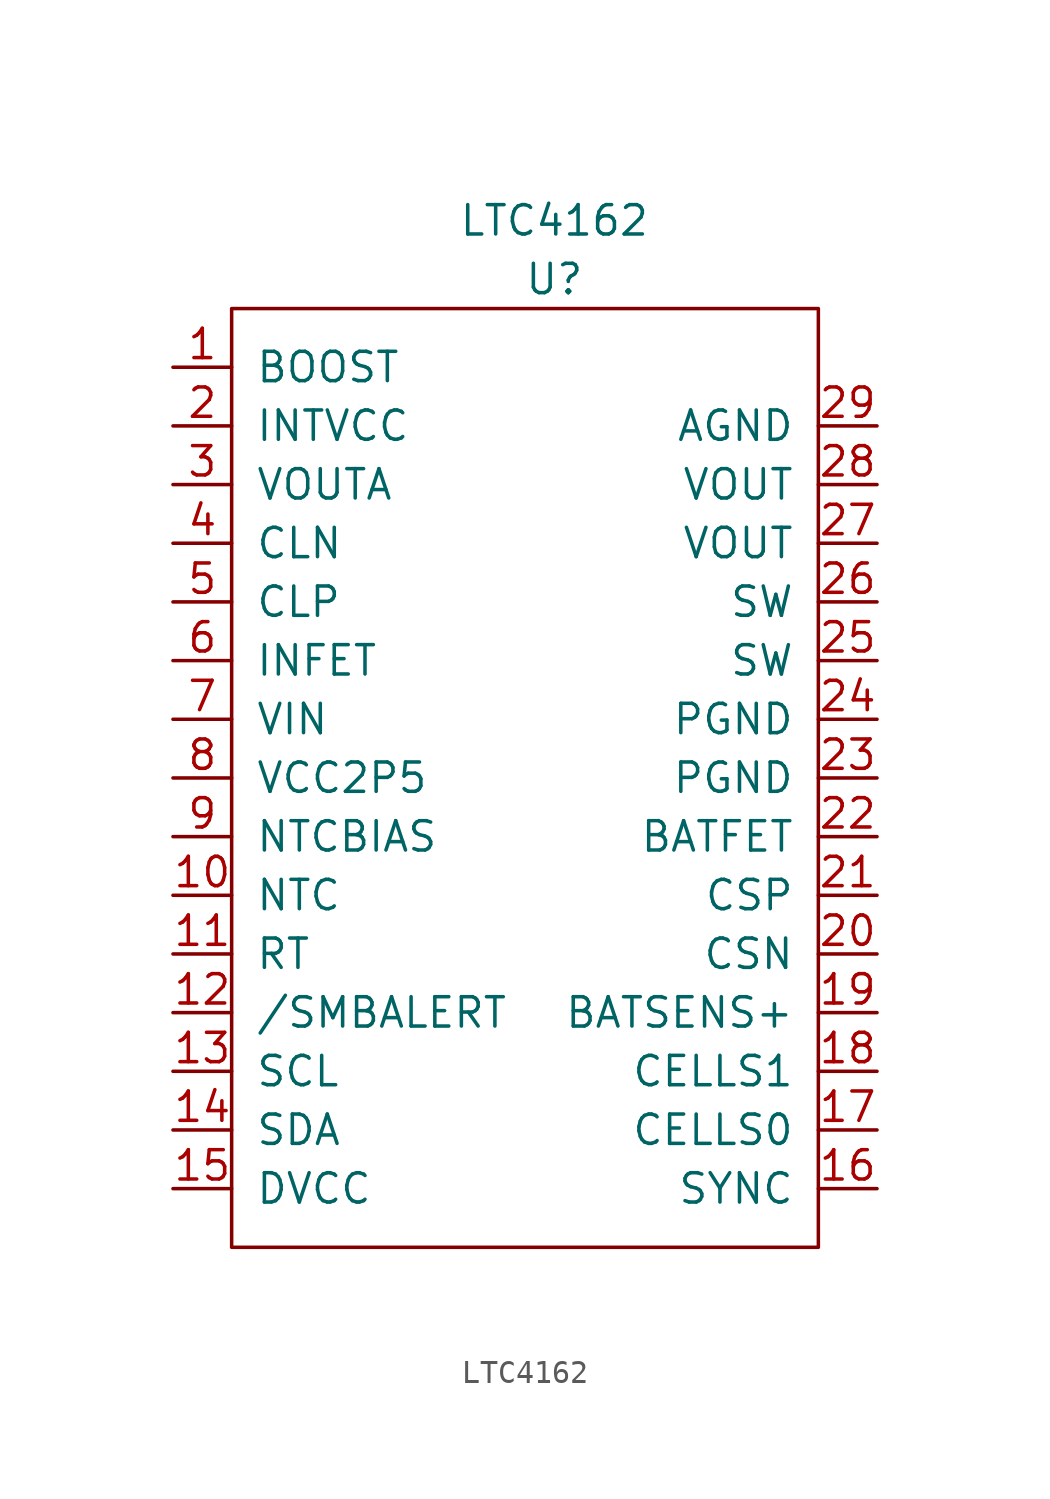
<source format=kicad_sym>
(kicad_symbol_lib
  (version 20211014)
  (generator kicad_symbol_editor)
  (symbol "LTC4162"
    (pin_names
      (offset 1.016))
    (property "Reference" "U"
      (at 0 21.59 0)
      (effects (font (size 1.27 1.27))))
    (property "Value" "LTC4162"
      (at 0 24.13 0)
      (effects (font (size 1.27 1.27))))
    (symbol "LTC4162_0_1"
      (rectangle (start -13.97 20.32) (end 11.43 -20.32) (stroke (width 0) (type default) (color 0 0 0 0)) (fill (type none))))
    (symbol "LTC4162_1_1"
      (pin input line (at -16.51 17.78 0) (length 2.54) (name "BOOST" (effects (font (size 1.27 1.27)))) (number "1" (effects (font (size 1.27 1.27)))))
      (pin input line (at -16.51 -5.08 0) (length 2.54) (name "NTC" (effects (font (size 1.27 1.27)))) (number "10" (effects (font (size 1.27 1.27)))))
      (pin input line (at -16.51 -7.62 0) (length 2.54) (name "RT" (effects (font (size 1.27 1.27)))) (number "11" (effects (font (size 1.27 1.27)))))
      (pin input line (at -16.51 -10.16 0) (length 2.54) (name "/SMBALERT" (effects (font (size 1.27 1.27)))) (number "12" (effects (font (size 1.27 1.27)))))
      (pin input line (at -16.51 -12.7 0) (length 2.54) (name "SCL" (effects (font (size 1.27 1.27)))) (number "13" (effects (font (size 1.27 1.27)))))
      (pin input line (at -16.51 -15.24 0) (length 2.54) (name "SDA" (effects (font (size 1.27 1.27)))) (number "14" (effects (font (size 1.27 1.27)))))
      (pin input line (at -16.51 -17.78 0) (length 2.54) (name "DVCC" (effects (font (size 1.27 1.27)))) (number "15" (effects (font (size 1.27 1.27)))))
      (pin input line (at 13.97 -17.78 180) (length 2.54) (name "SYNC" (effects (font (size 1.27 1.27)))) (number "16" (effects (font (size 1.27 1.27)))))
      (pin input line (at 13.97 -15.24 180) (length 2.54) (name "CELLS0" (effects (font (size 1.27 1.27)))) (number "17" (effects (font (size 1.27 1.27)))))
      (pin input line (at 13.97 -12.7 180) (length 2.54) (name "CELLS1" (effects (font (size 1.27 1.27)))) (number "18" (effects (font (size 1.27 1.27)))))
      (pin input line (at 13.97 -10.16 180) (length 2.54) (name "BATSENS+" (effects (font (size 1.27 1.27)))) (number "19" (effects (font (size 1.27 1.27)))))
      (pin input line (at -16.51 15.24 0) (length 2.54) (name "INTVCC" (effects (font (size 1.27 1.27)))) (number "2" (effects (font (size 1.27 1.27)))))
      (pin input line (at 13.97 -7.62 180) (length 2.54) (name "CSN" (effects (font (size 1.27 1.27)))) (number "20" (effects (font (size 1.27 1.27)))))
      (pin input line (at 13.97 -5.08 180) (length 2.54) (name "CSP" (effects (font (size 1.27 1.27)))) (number "21" (effects (font (size 1.27 1.27)))))
      (pin input line (at 13.97 -2.54 180) (length 2.54) (name "BATFET" (effects (font (size 1.27 1.27)))) (number "22" (effects (font (size 1.27 1.27)))))
      (pin input line (at 13.97 0 180) (length 2.54) (name "PGND" (effects (font (size 1.27 1.27)))) (number "23" (effects (font (size 1.27 1.27)))))
      (pin input line (at 13.97 2.54 180) (length 2.54) (name "PGND" (effects (font (size 1.27 1.27)))) (number "24" (effects (font (size 1.27 1.27)))))
      (pin input line (at 13.97 5.08 180) (length 2.54) (name "SW" (effects (font (size 1.27 1.27)))) (number "25" (effects (font (size 1.27 1.27)))))
      (pin input line (at 13.97 7.62 180) (length 2.54) (name "SW" (effects (font (size 1.27 1.27)))) (number "26" (effects (font (size 1.27 1.27)))))
      (pin input line (at 13.97 10.16 180) (length 2.54) (name "VOUT" (effects (font (size 1.27 1.27)))) (number "27" (effects (font (size 1.27 1.27)))))
      (pin input line (at 13.97 12.7 180) (length 2.54) (name "VOUT" (effects (font (size 1.27 1.27)))) (number "28" (effects (font (size 1.27 1.27)))))
      (pin input line (at 13.97 15.24 180) (length 2.54) (name "AGND" (effects (font (size 1.27 1.27)))) (number "29" (effects (font (size 1.27 1.27)))))
      (pin input line (at -16.51 12.7 0) (length 2.54) (name "VOUTA" (effects (font (size 1.27 1.27)))) (number "3" (effects (font (size 1.27 1.27)))))
      (pin input line (at -16.51 10.16 0) (length 2.54) (name "CLN" (effects (font (size 1.27 1.27)))) (number "4" (effects (font (size 1.27 1.27)))))
      (pin input line (at -16.51 7.62 0) (length 2.54) (name "CLP" (effects (font (size 1.27 1.27)))) (number "5" (effects (font (size 1.27 1.27)))))
      (pin input line (at -16.51 5.08 0) (length 2.54) (name "INFET" (effects (font (size 1.27 1.27)))) (number "6" (effects (font (size 1.27 1.27)))))
      (pin input line (at -16.51 2.54 0) (length 2.54) (name "VIN" (effects (font (size 1.27 1.27)))) (number "7" (effects (font (size 1.27 1.27)))))
      (pin input line (at -16.51 0 0) (length 2.54) (name "VCC2P5" (effects (font (size 1.27 1.27)))) (number "8" (effects (font (size 1.27 1.27)))))
      (pin input line (at -16.51 -2.54 0) (length 2.54) (name "NTCBIAS" (effects (font (size 1.27 1.27)))) (number "9" (effects (font (size 1.27 1.27))))))))
</source>
